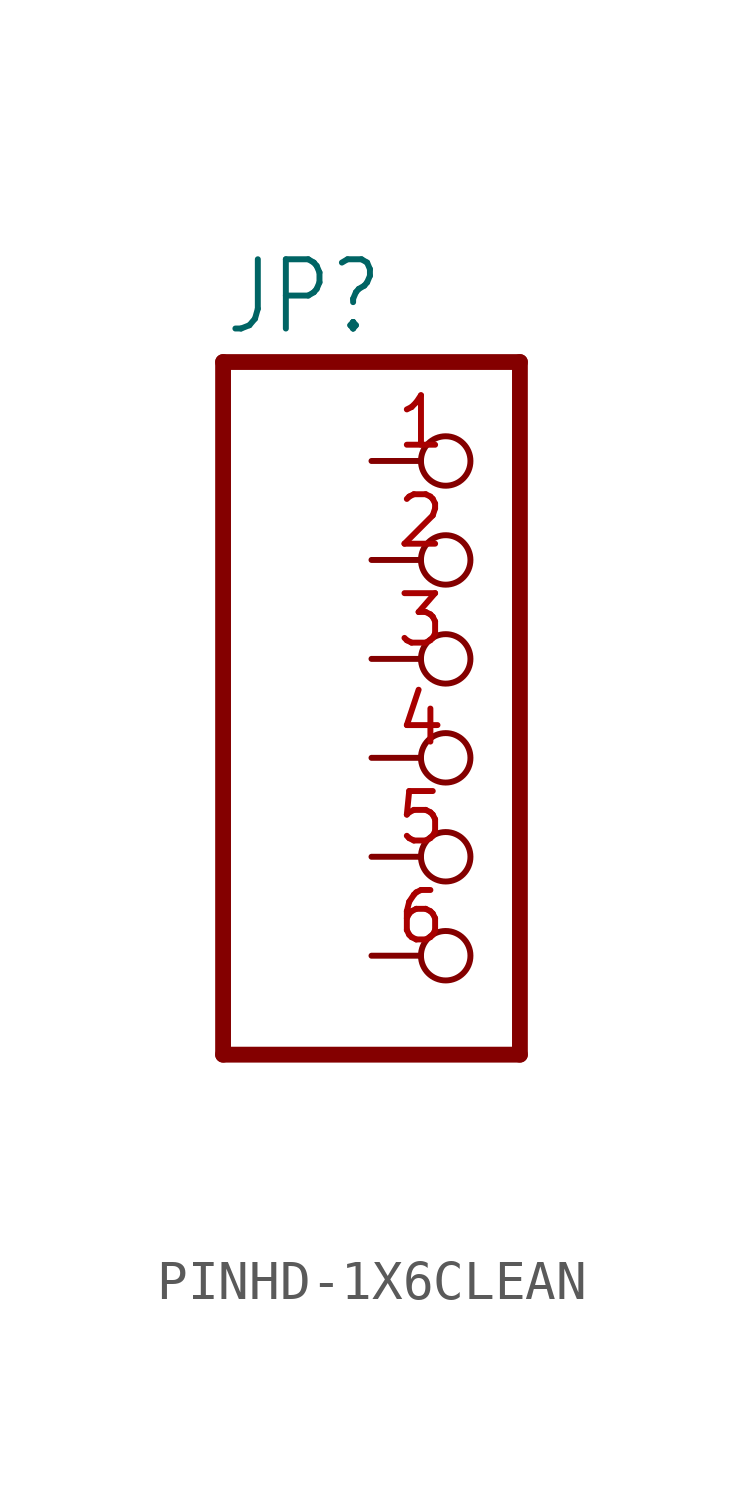
<source format=kicad_sym>
(kicad_symbol_lib
  (version 20220914)
  (generator kicad_symbol_editor)
  (symbol "PINHD-1X6CLEAN"
    (property "Reference" "JP"
      (at -6.35 10.795 0)
      (effects (font (size 1.778 1.511)) (justify left bottom)))
    (property "Value" ""
      (at -6.35 -10.16 0)
      (effects (font (size 1.778 1.511)) (justify left bottom)))
    (property "ki_locked" ""
      (at 0 0 0)
      (effects (font (size 1.27 1.27))))
    (symbol "PINHD-1X6CLEAN_1_0"
      (polyline (pts (xy -6.35 -7.62) (xy 1.27 -7.62)) (stroke (width 0.406) (type solid)) (fill (type none)))
      (polyline (pts (xy -6.35 10.16) (xy -6.35 -7.62)) (stroke (width 0.406) (type solid)) (fill (type none)))
      (polyline (pts (xy 1.27 -7.62) (xy 1.27 10.16)) (stroke (width 0.406) (type solid)) (fill (type none)))
      (polyline (pts (xy 1.27 10.16) (xy -6.35 10.16)) (stroke (width 0.406) (type solid)) (fill (type none)))
      (pin passive inverted (at -2.54 7.62 0) (length 2.54) (name "1" (effects (font (size 0 0)))) (number "1" (effects (font (size 1.27 1.27)))))
      (pin passive inverted (at -2.54 5.08 0) (length 2.54) (name "2" (effects (font (size 0 0)))) (number "2" (effects (font (size 1.27 1.27)))))
      (pin passive inverted (at -2.54 2.54 0) (length 2.54) (name "3" (effects (font (size 0 0)))) (number "3" (effects (font (size 1.27 1.27)))))
      (pin passive inverted (at -2.54 0 0) (length 2.54) (name "4" (effects (font (size 0 0)))) (number "4" (effects (font (size 1.27 1.27)))))
      (pin passive inverted (at -2.54 -2.54 0) (length 2.54) (name "5" (effects (font (size 0 0)))) (number "5" (effects (font (size 1.27 1.27)))))
      (pin passive inverted (at -2.54 -5.08 0) (length 2.54) (name "6" (effects (font (size 0 0)))) (number "6" (effects (font (size 1.27 1.27))))))))
</source>
